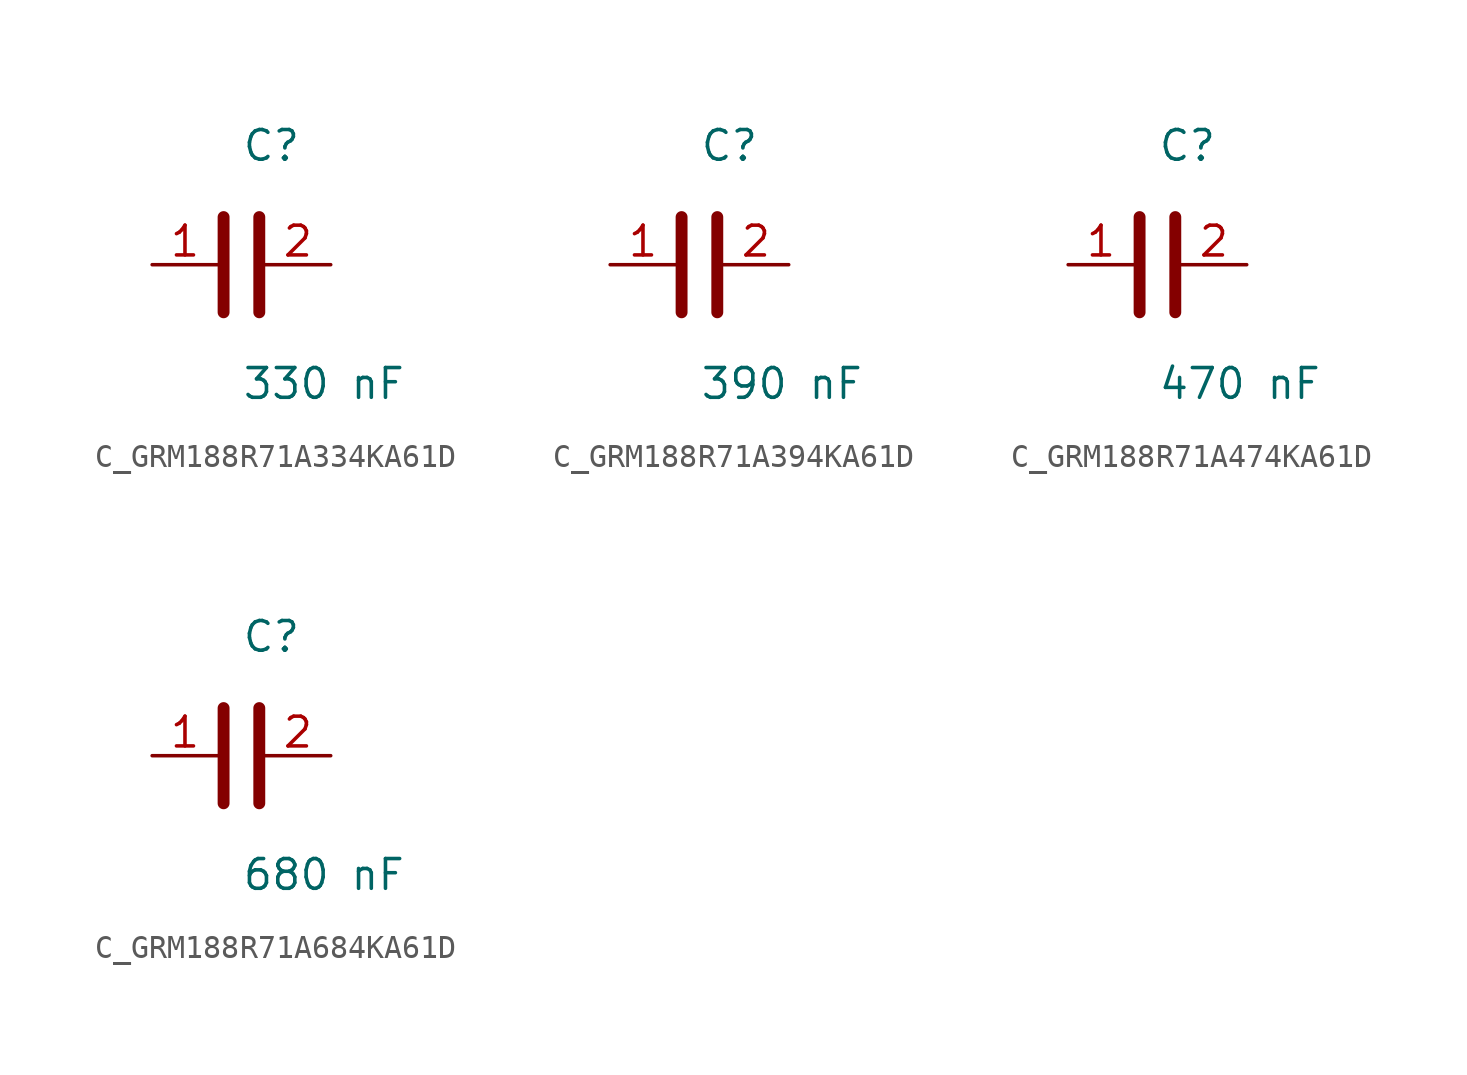
<source format=kicad_sym>
(kicad_symbol_lib
  (version 20231120)
  (generator kicad_symbol_editor)
  (generator_version 8.0)
  (symbol "C_GRM188R71A334KA61D"
    (pin_names
      (offset 0.254))
    (property "Reference" "C"
      (at 0 5.08 0)
      (effects (font (size 1.27 1.27)) (justify left)))
    (property "Value" "330 nF"
      (at 0 -5.08 0)
      (effects (font (size 1.27 1.27)) (justify left)))
    (symbol "C_GRM188R71A334KA61D_0_1"
      (polyline (pts (xy -0.762 -2.032) (xy -0.762 2.032)) (stroke (width 0.508) (type default)) (fill (type none)))
      (polyline (pts (xy 0.762 -2.032) (xy 0.762 2.032)) (stroke (width 0.508) (type default)) (fill (type none))))
    (pin unspecified line
      (at -3.81 0 0)
      (length 2.8)
      (name "" (effects (font (size 1.27 1.27))))
      (number "1" (effects (font (size 1.27 1.27)))))
    (pin unspecified line
      (at 3.81 0 180)
      (length 2.8)
      (name "" (effects (font (size 1.27 1.27))))
      (number "2" (effects (font (size 1.27 1.27))))))
  (symbol "C_GRM188R71A394KA61D"
    (pin_names
      (offset 0.254))
    (property "Reference" "C"
      (at 0 5.08 0)
      (effects (font (size 1.27 1.27)) (justify left)))
    (property "Value" "390 nF"
      (at 0 -5.08 0)
      (effects (font (size 1.27 1.27)) (justify left)))
    (symbol "C_GRM188R71A394KA61D_0_1"
      (polyline (pts (xy -0.762 -2.032) (xy -0.762 2.032)) (stroke (width 0.508) (type default)) (fill (type none)))
      (polyline (pts (xy 0.762 -2.032) (xy 0.762 2.032)) (stroke (width 0.508) (type default)) (fill (type none))))
    (pin unspecified line
      (at -3.81 0 0)
      (length 2.8)
      (name "" (effects (font (size 1.27 1.27))))
      (number "1" (effects (font (size 1.27 1.27)))))
    (pin unspecified line
      (at 3.81 0 180)
      (length 2.8)
      (name "" (effects (font (size 1.27 1.27))))
      (number "2" (effects (font (size 1.27 1.27))))))
  (symbol "C_GRM188R71A474KA61D"
    (pin_names
      (offset 0.254))
    (property "Reference" "C"
      (at 0 5.08 0)
      (effects (font (size 1.27 1.27)) (justify left)))
    (property "Value" "470 nF"
      (at 0 -5.08 0)
      (effects (font (size 1.27 1.27)) (justify left)))
    (symbol "C_GRM188R71A474KA61D_0_1"
      (polyline (pts (xy -0.762 -2.032) (xy -0.762 2.032)) (stroke (width 0.508) (type default)) (fill (type none)))
      (polyline (pts (xy 0.762 -2.032) (xy 0.762 2.032)) (stroke (width 0.508) (type default)) (fill (type none))))
    (pin unspecified line
      (at -3.81 0 0)
      (length 2.8)
      (name "" (effects (font (size 1.27 1.27))))
      (number "1" (effects (font (size 1.27 1.27)))))
    (pin unspecified line
      (at 3.81 0 180)
      (length 2.8)
      (name "" (effects (font (size 1.27 1.27))))
      (number "2" (effects (font (size 1.27 1.27))))))
  (symbol "C_GRM188R71A684KA61D"
    (pin_names
      (offset 0.254))
    (property "Reference" "C"
      (at 0 5.08 0)
      (effects (font (size 1.27 1.27)) (justify left)))
    (property "Value" "680 nF"
      (at 0 -5.08 0)
      (effects (font (size 1.27 1.27)) (justify left)))
    (symbol "C_GRM188R71A684KA61D_0_1"
      (polyline (pts (xy -0.762 -2.032) (xy -0.762 2.032)) (stroke (width 0.508) (type default)) (fill (type none)))
      (polyline (pts (xy 0.762 -2.032) (xy 0.762 2.032)) (stroke (width 0.508) (type default)) (fill (type none))))
    (pin unspecified line
      (at -3.81 0 0)
      (length 2.8)
      (name "" (effects (font (size 1.27 1.27))))
      (number "1" (effects (font (size 1.27 1.27)))))
    (pin unspecified line
      (at 3.81 0 180)
      (length 2.8)
      (name "" (effects (font (size 1.27 1.27))))
      (number "2" (effects (font (size 1.27 1.27)))))))
</source>
